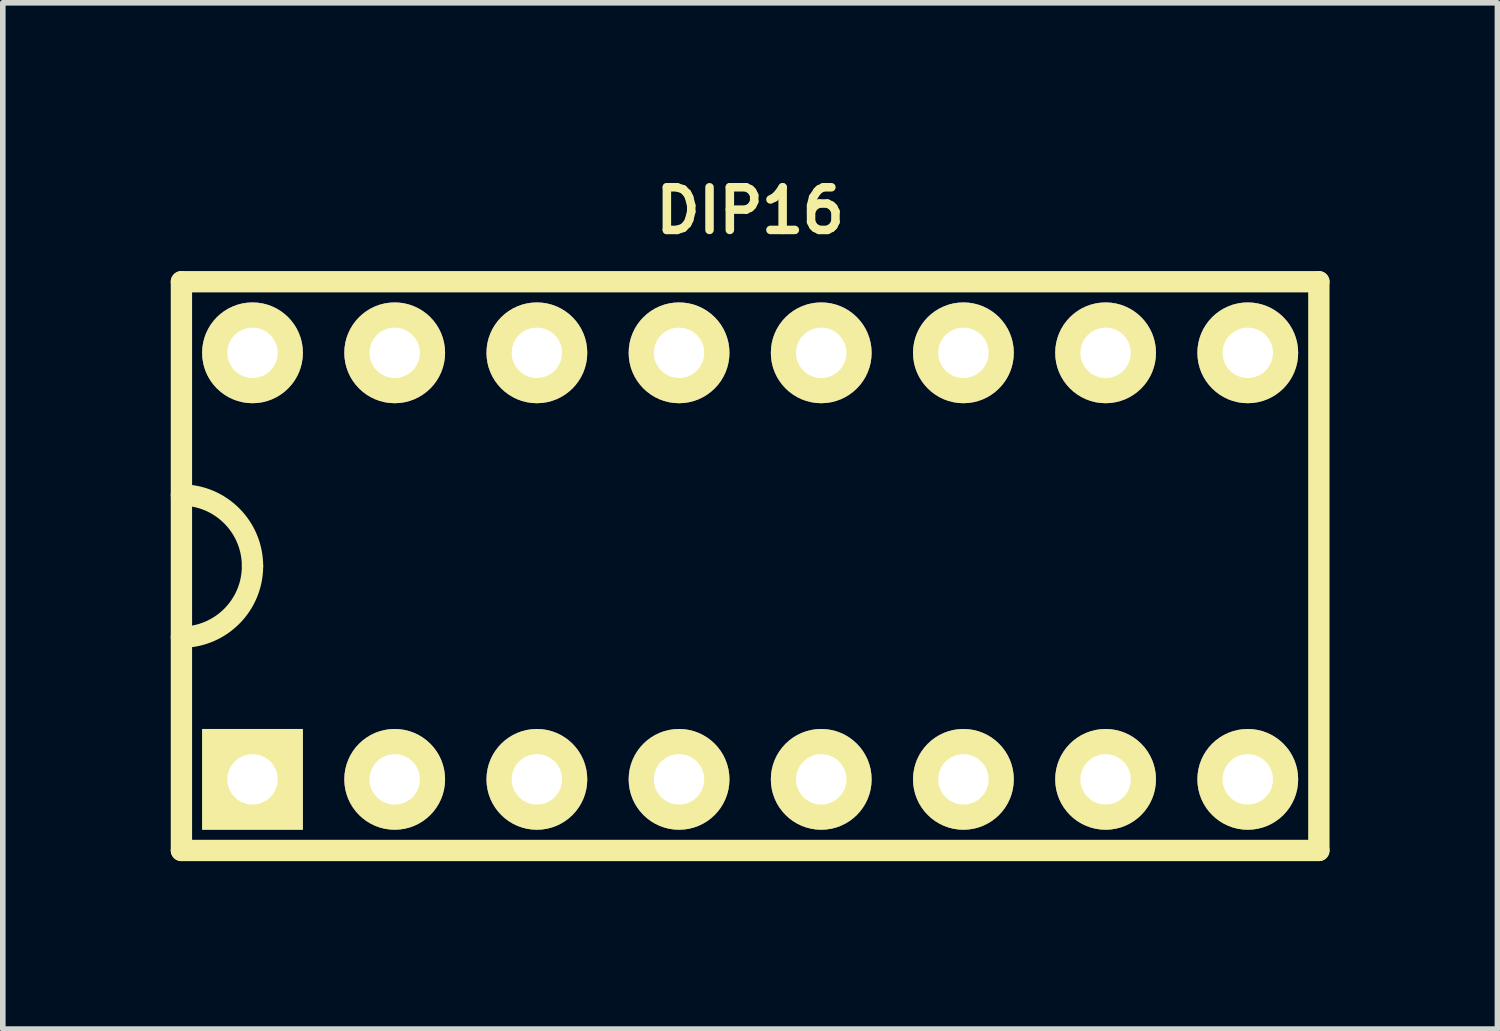
<source format=kicad_pcb>
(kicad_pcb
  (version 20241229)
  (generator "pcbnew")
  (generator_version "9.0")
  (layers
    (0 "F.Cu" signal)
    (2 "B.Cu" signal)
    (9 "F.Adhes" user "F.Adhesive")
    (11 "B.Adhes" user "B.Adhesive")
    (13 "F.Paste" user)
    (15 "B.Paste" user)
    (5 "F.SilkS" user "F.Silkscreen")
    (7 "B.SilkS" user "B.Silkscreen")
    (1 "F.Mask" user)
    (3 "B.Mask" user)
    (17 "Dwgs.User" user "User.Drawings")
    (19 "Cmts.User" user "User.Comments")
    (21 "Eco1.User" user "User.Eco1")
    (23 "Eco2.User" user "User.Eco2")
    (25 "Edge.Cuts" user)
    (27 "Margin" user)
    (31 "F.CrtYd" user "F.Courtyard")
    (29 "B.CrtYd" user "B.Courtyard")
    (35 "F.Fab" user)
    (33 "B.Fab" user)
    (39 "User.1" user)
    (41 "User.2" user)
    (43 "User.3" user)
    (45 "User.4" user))
  (footprint "DIP16"
    (layer "F.Cu")
    (at 10.351 7.063)
    (property "Reference" "DIP16" (at 0 -6.35 0) (layer "F.SilkS") (effects (font (size 0.762 0.762) (thickness 0.152))))
    (attr through_hole)
    (fp_line (start -10.16 -5.08) (end -10.16 5.08) (stroke (width 0.381) (type solid)) (layer "F.SilkS"))
    (fp_line (start -10.16 5.08) (end 10.16 5.08) (stroke (width 0.381) (type solid)) (layer "F.SilkS"))
    (fp_line (start 10.16 -5.08) (end -10.16 -5.08) (stroke (width 0.381) (type solid)) (layer "F.SilkS"))
    (fp_line (start 10.16 5.08) (end 10.16 -5.08) (stroke (width 0.381) (type solid)) (layer "F.SilkS"))
    (fp_arc (start -10.16 -1.27) (mid -9.261974 -0.898026) (end -8.89 0) (stroke (width 0.381) (type solid)) (layer "F.SilkS"))
    (fp_arc (start -8.89 0) (mid -9.261974 0.898026) (end -10.16 1.27) (stroke (width 0.381) (type solid)) (layer "F.SilkS"))
    (pad "1" thru_hole rect (at -8.89 3.81) (size 1.8 1.8) (drill 0.9) (layers "*.Cu" "*.Mask" "F.SilkS"))
    (pad "2" thru_hole circle (at -6.35 3.81) (size 1.8 1.8) (drill 0.9) (layers "*.Cu" "*.Mask" "F.SilkS"))
    (pad "3" thru_hole circle (at -3.81 3.81) (size 1.8 1.8) (drill 0.9) (layers "*.Cu" "*.Mask" "F.SilkS"))
    (pad "4" thru_hole circle (at -1.27 3.81) (size 1.8 1.8) (drill 0.9) (layers "*.Cu" "*.Mask" "F.SilkS"))
    (pad "5" thru_hole circle (at 1.27 3.81) (size 1.8 1.8) (drill 0.9) (layers "*.Cu" "*.Mask" "F.SilkS"))
    (pad "6" thru_hole circle (at 3.81 3.81) (size 1.8 1.8) (drill 0.9) (layers "*.Cu" "*.Mask" "F.SilkS"))
    (pad "7" thru_hole circle (at 6.35 3.81) (size 1.8 1.8) (drill 0.9) (layers "*.Cu" "*.Mask" "F.SilkS"))
    (pad "8" thru_hole circle (at 8.89 3.81) (size 1.8 1.8) (drill 0.9) (layers "*.Cu" "*.Mask" "F.SilkS"))
    (pad "9" thru_hole circle (at 8.89 -3.81) (size 1.8 1.8) (drill 0.9) (layers "*.Cu" "*.Mask" "F.SilkS"))
    (pad "10" thru_hole circle (at 6.35 -3.81) (size 1.8 1.8) (drill 0.9) (layers "*.Cu" "*.Mask" "F.SilkS"))
    (pad "11" thru_hole circle (at 3.81 -3.81) (size 1.8 1.8) (drill 0.9) (layers "*.Cu" "*.Mask" "F.SilkS"))
    (pad "12" thru_hole circle (at 1.27 -3.81) (size 1.8 1.8) (drill 0.9) (layers "*.Cu" "*.Mask" "F.SilkS"))
    (pad "13" thru_hole circle (at -1.27 -3.81) (size 1.8 1.8) (drill 0.9) (layers "*.Cu" "*.Mask" "F.SilkS"))
    (pad "14" thru_hole circle (at -3.81 -3.81) (size 1.8 1.8) (drill 0.9) (layers "*.Cu" "*.Mask" "F.SilkS"))
    (pad "15" thru_hole circle (at -6.35 -3.81) (size 1.8 1.8) (drill 0.9) (layers "*.Cu" "*.Mask" "F.SilkS"))
    (pad "16" thru_hole circle (at -8.89 -3.81) (size 1.8 1.8) (drill 0.9) (layers "*.Cu" "*.Mask" "F.SilkS")))
  (gr_rect
    (start -3 -3)
    (end 23.701 15.334)
    (stroke (width 0.1) (type default))
    (fill no)
    (layer "Edge.Cuts")))
</source>
